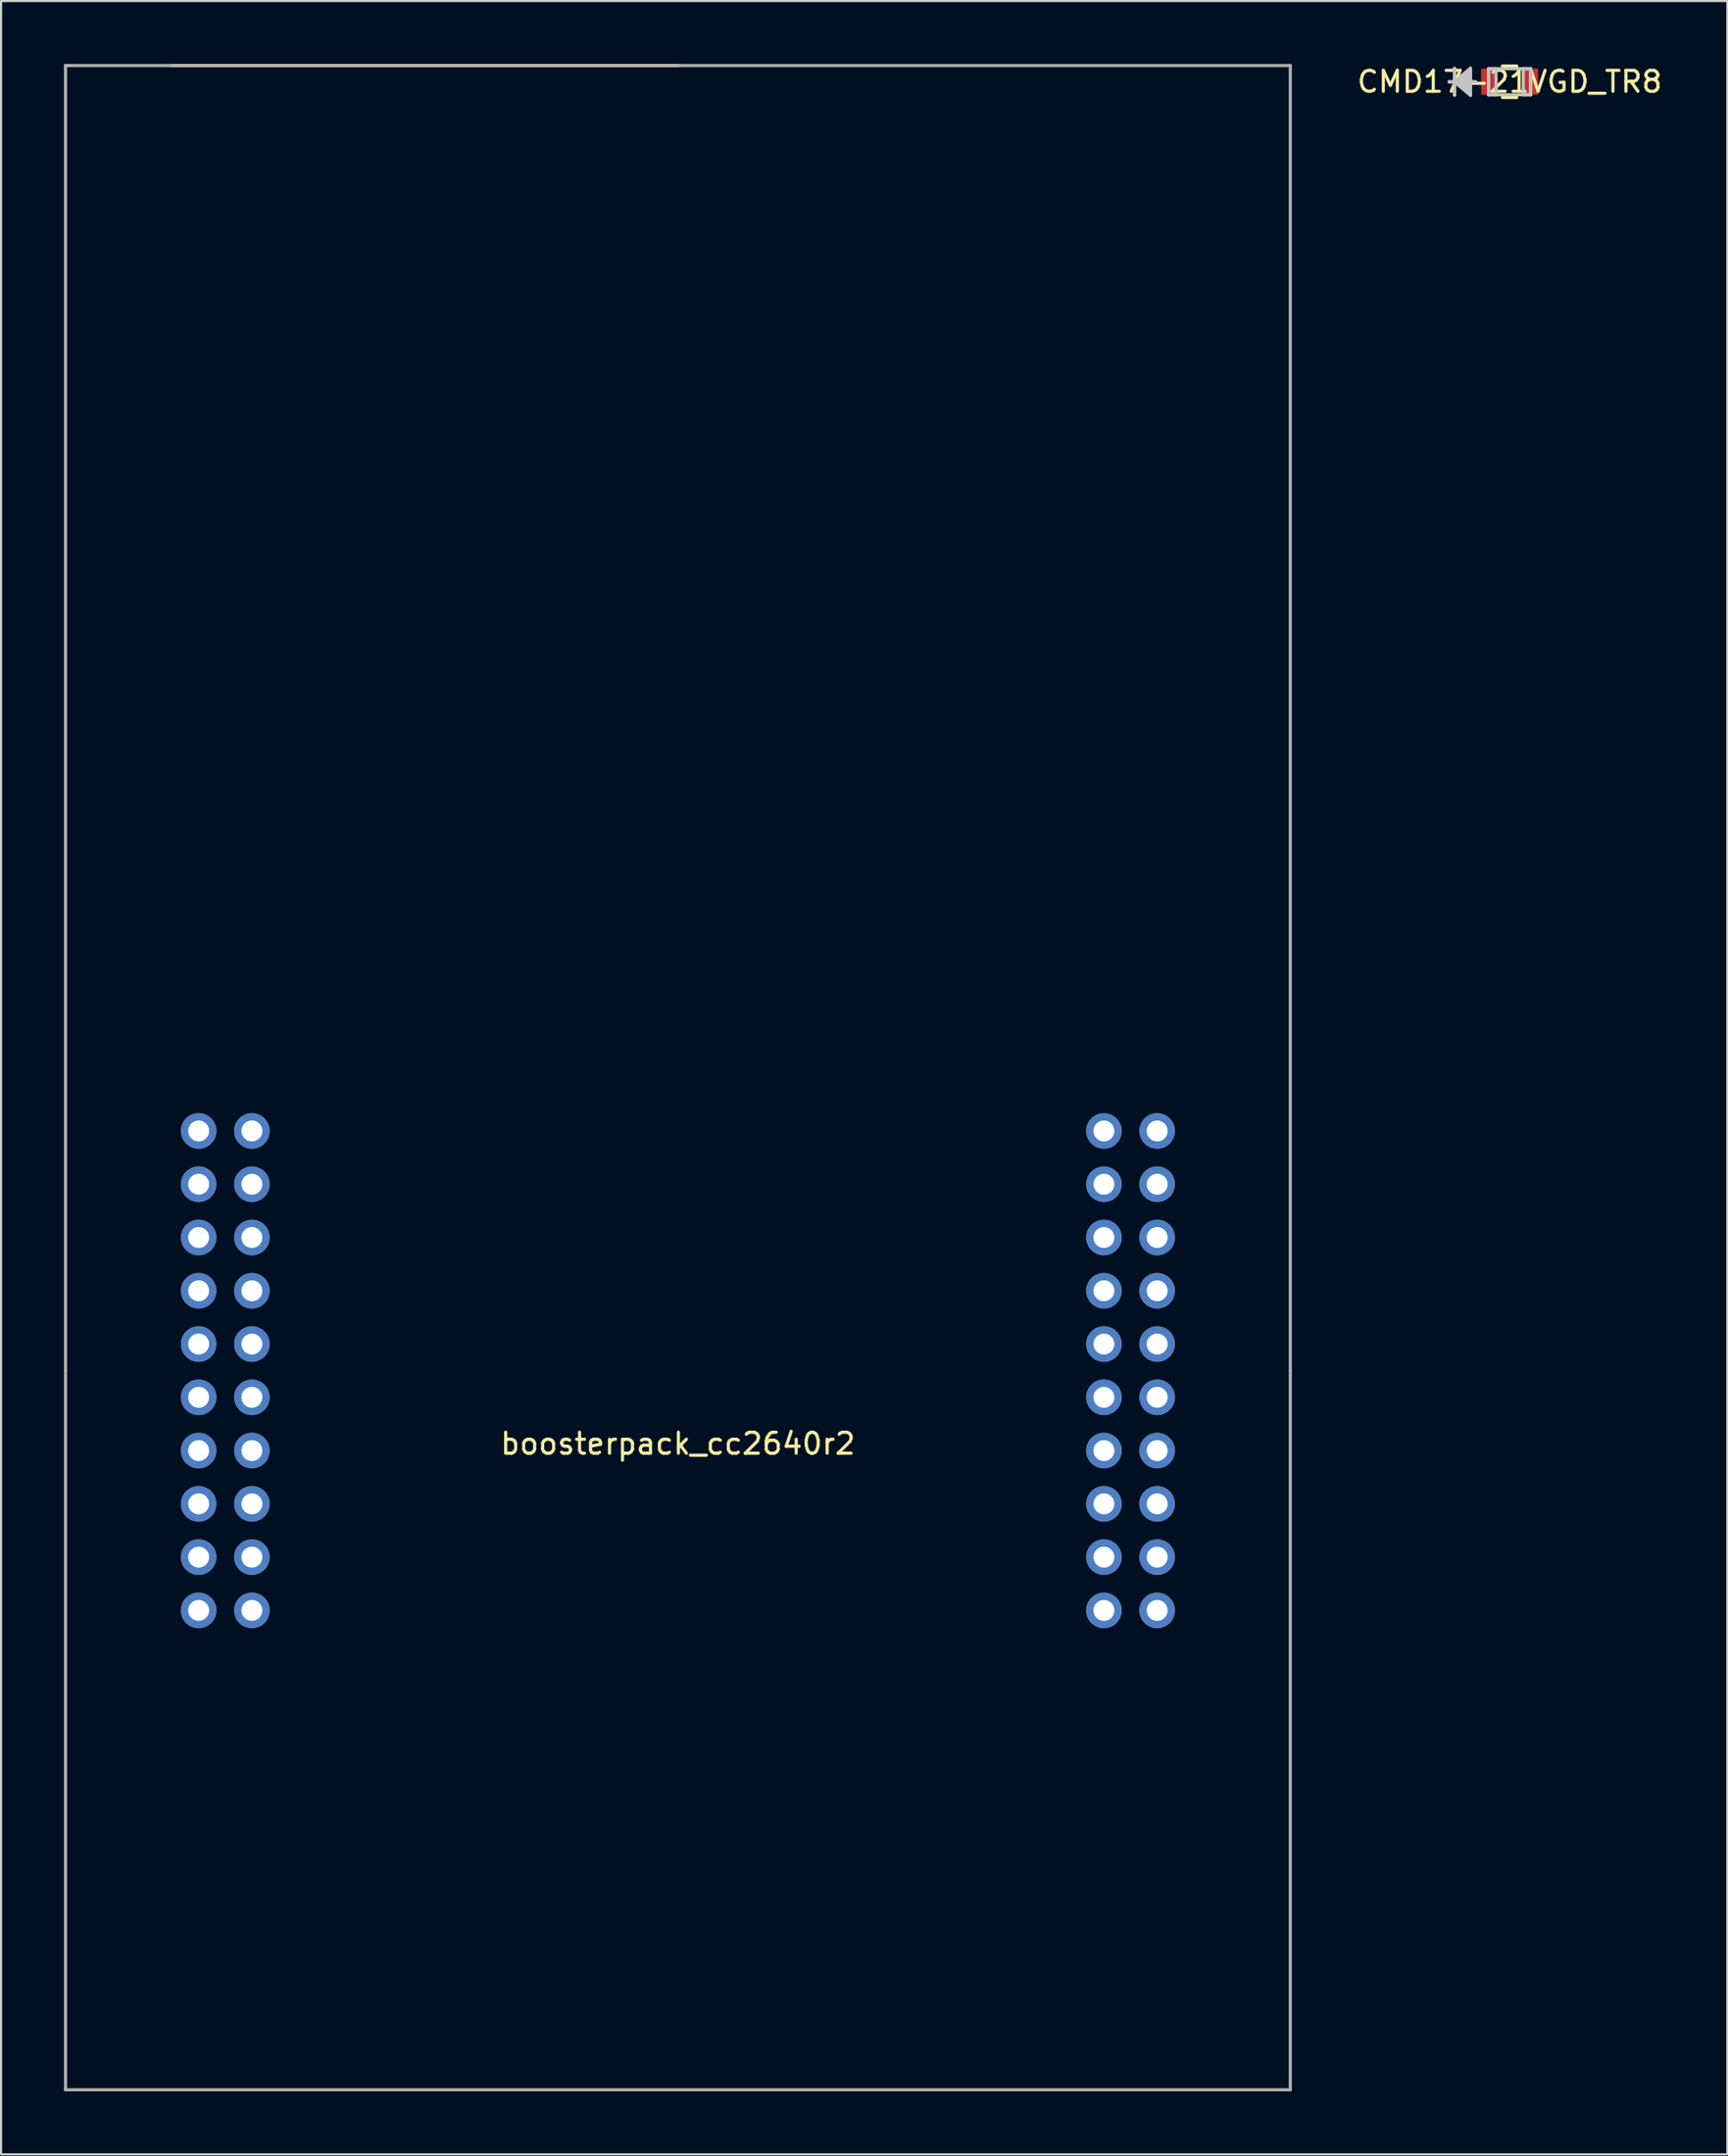
<source format=kicad_pcb>
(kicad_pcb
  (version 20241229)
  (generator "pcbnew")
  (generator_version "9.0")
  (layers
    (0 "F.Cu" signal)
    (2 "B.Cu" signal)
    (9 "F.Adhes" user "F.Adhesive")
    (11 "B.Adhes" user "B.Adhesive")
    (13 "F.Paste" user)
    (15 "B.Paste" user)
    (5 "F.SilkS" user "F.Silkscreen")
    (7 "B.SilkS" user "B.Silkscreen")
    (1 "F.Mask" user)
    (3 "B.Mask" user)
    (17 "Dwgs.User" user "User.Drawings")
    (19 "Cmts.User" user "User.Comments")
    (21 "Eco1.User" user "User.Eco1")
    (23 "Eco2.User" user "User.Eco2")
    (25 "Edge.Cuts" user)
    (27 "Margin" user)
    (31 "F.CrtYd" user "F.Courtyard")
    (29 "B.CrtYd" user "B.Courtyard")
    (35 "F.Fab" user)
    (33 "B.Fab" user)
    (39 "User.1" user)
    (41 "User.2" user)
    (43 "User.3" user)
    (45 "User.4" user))
  (footprint "boosterpack_cc2640r2"
    (layer "F.Cu")
    (at 29.285 62.305)
    (property "Reference" "boosterpack_cc2640r2" (at 0 3.48 0) (layer "F.SilkS") (effects (font (size 1 1) (thickness 0.15))))
    (attr through_hole)
    (fp_line (start -24.13 -62.23) (end 0 -62.23) (stroke (width 0.15) (type solid)) (layer "F.SilkS"))
    (fp_line (start -29.21 -62.23) (end -29.21 0) (stroke (width 0.15) (type solid)) (layer "F.Fab"))
    (fp_line (start -29.21 0) (end -29.21 34.29) (stroke (width 0.15) (type solid)) (layer "F.Fab"))
    (fp_line (start -29.21 34.29) (end 29.21 34.29) (stroke (width 0.15) (type solid)) (layer "F.Fab"))
    (fp_line (start 0 -62.23) (end -29.21 -62.23) (stroke (width 0.15) (type solid)) (layer "F.Fab"))
    (fp_line (start 29.21 -62.23) (end 0 -62.23) (stroke (width 0.15) (type solid)) (layer "F.Fab"))
    (fp_line (start 29.21 0) (end 29.21 -62.23) (stroke (width 0.15) (type solid)) (layer "F.Fab"))
    (fp_line (start 29.21 34.29) (end 29.21 0) (stroke (width 0.15) (type solid)) (layer "F.Fab"))
    (pad "1" thru_hole circle (at -22.86 -11.43) (size 1.7 1.7) (drill 1) (layers "*.Cu" "*.Mask"))
    (pad "2" thru_hole circle (at -20.32 -11.43) (size 1.7 1.7) (drill 1) (layers "*.Cu" "*.Mask"))
    (pad "3" thru_hole circle (at -22.86 -8.89) (size 1.7 1.7) (drill 1) (layers "*.Cu" "*.Mask"))
    (pad "4" thru_hole circle (at -20.32 -8.89) (size 1.7 1.7) (drill 1) (layers "*.Cu" "*.Mask"))
    (pad "5" thru_hole circle (at -22.86 -6.35) (size 1.7 1.7) (drill 1) (layers "*.Cu" "*.Mask"))
    (pad "6" thru_hole circle (at -20.32 -6.35) (size 1.7 1.7) (drill 1) (layers "*.Cu" "*.Mask"))
    (pad "7" thru_hole circle (at -22.86 -3.81) (size 1.7 1.7) (drill 1) (layers "*.Cu" "*.Mask"))
    (pad "8" thru_hole circle (at -20.32 -3.81) (size 1.7 1.7) (drill 1) (layers "*.Cu" "*.Mask"))
    (pad "9" thru_hole circle (at -22.86 -1.27) (size 1.7 1.7) (drill 1) (layers "*.Cu" "*.Mask"))
    (pad "10" thru_hole circle (at -20.32 -1.27) (size 1.7 1.7) (drill 1) (layers "*.Cu" "*.Mask"))
    (pad "11" thru_hole circle (at -22.86 1.27) (size 1.7 1.7) (drill 1) (layers "*.Cu" "*.Mask"))
    (pad "12" thru_hole circle (at -20.32 1.27) (size 1.7 1.7) (drill 1) (layers "*.Cu" "*.Mask"))
    (pad "13" thru_hole circle (at -22.86 3.81) (size 1.7 1.7) (drill 1) (layers "*.Cu" "*.Mask"))
    (pad "14" thru_hole circle (at -20.32 3.81) (size 1.7 1.7) (drill 1) (layers "*.Cu" "*.Mask"))
    (pad "15" thru_hole circle (at -22.86 6.35) (size 1.7 1.7) (drill 1) (layers "*.Cu" "*.Mask"))
    (pad "16" thru_hole circle (at -20.32 6.35) (size 1.7 1.7) (drill 1) (layers "*.Cu" "*.Mask"))
    (pad "17" thru_hole circle (at -22.86 8.89) (size 1.7 1.7) (drill 1) (layers "*.Cu" "*.Mask"))
    (pad "18" thru_hole circle (at -20.32 8.89) (size 1.7 1.7) (drill 1) (layers "*.Cu" "*.Mask"))
    (pad "19" thru_hole circle (at -22.86 11.43) (size 1.7 1.7) (drill 1) (layers "*.Cu" "*.Mask"))
    (pad "20" thru_hole circle (at -20.32 11.43) (size 1.7 1.7) (drill 1) (layers "*.Cu" "*.Mask"))
    (pad "21" thru_hole circle (at 20.32 -11.43) (size 1.7 1.7) (drill 1) (layers "*.Cu" "*.Mask"))
    (pad "22" thru_hole circle (at 22.86 -11.43) (size 1.7 1.7) (drill 1) (layers "*.Cu" "*.Mask"))
    (pad "23" thru_hole circle (at 20.32 -8.89) (size 1.7 1.7) (drill 1) (layers "*.Cu" "*.Mask"))
    (pad "24" thru_hole circle (at 22.86 -8.89) (size 1.7 1.7) (drill 1) (layers "*.Cu" "*.Mask"))
    (pad "25" thru_hole circle (at 20.32 -6.35) (size 1.7 1.7) (drill 1) (layers "*.Cu" "*.Mask"))
    (pad "26" thru_hole circle (at 22.86 -6.35) (size 1.7 1.7) (drill 1) (layers "*.Cu" "*.Mask"))
    (pad "27" thru_hole circle (at 20.32 -3.81) (size 1.7 1.7) (drill 1) (layers "*.Cu" "*.Mask"))
    (pad "28" thru_hole circle (at 22.86 -3.81) (size 1.7 1.7) (drill 1) (layers "*.Cu" "*.Mask"))
    (pad "29" thru_hole circle (at 20.32 -1.27) (size 1.7 1.7) (drill 1) (layers "*.Cu" "*.Mask"))
    (pad "30" thru_hole circle (at 22.86 -1.27) (size 1.7 1.7) (drill 1) (layers "*.Cu" "*.Mask"))
    (pad "31" thru_hole circle (at 20.32 1.27) (size 1.7 1.7) (drill 1) (layers "*.Cu" "*.Mask"))
    (pad "32" thru_hole circle (at 22.86 1.27) (size 1.7 1.7) (drill 1) (layers "*.Cu" "*.Mask"))
    (pad "33" thru_hole circle (at 20.32 3.81) (size 1.7 1.7) (drill 1) (layers "*.Cu" "*.Mask"))
    (pad "34" thru_hole circle (at 22.86 3.81) (size 1.7 1.7) (drill 1) (layers "*.Cu" "*.Mask"))
    (pad "35" thru_hole circle (at 20.32 6.35) (size 1.7 1.7) (drill 1) (layers "*.Cu" "*.Mask"))
    (pad "36" thru_hole circle (at 22.86 6.35) (size 1.7 1.7) (drill 1) (layers "*.Cu" "*.Mask"))
    (pad "37" thru_hole circle (at 20.32 8.89) (size 1.7 1.7) (drill 1) (layers "*.Cu" "*.Mask"))
    (pad "38" thru_hole circle (at 22.86 8.89) (size 1.7 1.7) (drill 1) (layers "*.Cu" "*.Mask"))
    (pad "39" thru_hole circle (at 20.32 11.43) (size 1.7 1.7) (drill 1) (layers "*.Cu" "*.Mask"))
    (pad "40" thru_hole circle (at 22.86 11.43) (size 1.7 1.7) (drill 1) (layers "*.Cu" "*.Mask")))
  (footprint "CMD17-21VGD_TR8"
    (layer "F.Cu")
    (at 68.957 0.848)
    (property "Reference" "CMD17-21VGD_TR8" (at 0 0 0) (layer "F.SilkS") (effects (font (size 1 1) (thickness 0.15))))
    (attr through_hole)
    (fp_line (start -2.629 -0.635) (end -2.629 0.635) (stroke (width 0.152) (type solid)) (layer "F.SilkS"))
    (fp_line (start -2.629 0) (end -1.867 -0.635) (stroke (width 0.152) (type solid)) (layer "F.SilkS"))
    (fp_line (start -2.629 0) (end -1.867 -0.508) (stroke (width 0.152) (type solid)) (layer "F.SilkS"))
    (fp_line (start -2.629 0) (end -1.867 -0.381) (stroke (width 0.152) (type solid)) (layer "F.SilkS"))
    (fp_line (start -2.629 0) (end -1.867 -0.254) (stroke (width 0.152) (type solid)) (layer "F.SilkS"))
    (fp_line (start -2.629 0) (end -1.867 -0.127) (stroke (width 0.152) (type solid)) (layer "F.SilkS"))
    (fp_line (start -2.629 0) (end -1.867 0.127) (stroke (width 0.152) (type solid)) (layer "F.SilkS"))
    (fp_line (start -2.629 0) (end -1.867 0.254) (stroke (width 0.152) (type solid)) (layer "F.SilkS"))
    (fp_line (start -2.629 0) (end -1.867 0.381) (stroke (width 0.152) (type solid)) (layer "F.SilkS"))
    (fp_line (start -2.629 0) (end -1.867 0.508) (stroke (width 0.152) (type solid)) (layer "F.SilkS"))
    (fp_line (start -2.629 0) (end -1.867 0.635) (stroke (width 0.152) (type solid)) (layer "F.SilkS"))
    (fp_line (start -1.867 -0.635) (end -1.867 0.635) (stroke (width 0.152) (type solid)) (layer "F.SilkS"))
    (fp_line (start -1.692 0) (end -2.883 0) (stroke (width 0.152) (type solid)) (layer "F.SilkS"))
    (fp_line (start -0.34 0.749) (end 0.34 0.749) (stroke (width 0.152) (type solid)) (layer "F.SilkS"))
    (fp_line (start 0.34 -0.749) (end -0.34 -0.749) (stroke (width 0.152) (type solid)) (layer "F.SilkS"))
    (fp_line (start -2.629 -0.635) (end -2.629 0.635) (stroke (width 0.152) (type solid)) (layer "Dwgs.User"))
    (fp_line (start -2.629 0) (end -1.867 -0.635) (stroke (width 0.152) (type solid)) (layer "Dwgs.User"))
    (fp_line (start -2.629 0) (end -1.867 -0.508) (stroke (width 0.152) (type solid)) (layer "Dwgs.User"))
    (fp_line (start -2.629 0) (end -1.867 -0.381) (stroke (width 0.152) (type solid)) (layer "Dwgs.User"))
    (fp_line (start -2.629 0) (end -1.867 -0.254) (stroke (width 0.152) (type solid)) (layer "Dwgs.User"))
    (fp_line (start -2.629 0) (end -1.867 -0.127) (stroke (width 0.152) (type solid)) (layer "Dwgs.User"))
    (fp_line (start -2.629 0) (end -1.867 0.127) (stroke (width 0.152) (type solid)) (layer "Dwgs.User"))
    (fp_line (start -2.629 0) (end -1.867 0.254) (stroke (width 0.152) (type solid)) (layer "Dwgs.User"))
    (fp_line (start -2.629 0) (end -1.867 0.381) (stroke (width 0.152) (type solid)) (layer "Dwgs.User"))
    (fp_line (start -2.629 0) (end -1.867 0.508) (stroke (width 0.152) (type solid)) (layer "Dwgs.User"))
    (fp_line (start -2.629 0) (end -1.867 0.635) (stroke (width 0.152) (type solid)) (layer "Dwgs.User"))
    (fp_line (start -1.867 -0.635) (end -1.867 0.635) (stroke (width 0.152) (type solid)) (layer "Dwgs.User"))
    (fp_line (start -1.613 0) (end -2.883 0) (stroke (width 0.152) (type solid)) (layer "Dwgs.User"))
    (fp_line (start -1.003 -0.622) (end -1.003 0.622) (stroke (width 0.152) (type solid)) (layer "Dwgs.User"))
    (fp_line (start -1.003 -0.622) (end -1.003 0.622) (stroke (width 0.152) (type solid)) (layer "Dwgs.User"))
    (fp_line (start -1.003 0.622) (end -0.648 0.622) (stroke (width 0.152) (type solid)) (layer "Dwgs.User"))
    (fp_line (start -1.003 0.622) (end 1.003 0.622) (stroke (width 0.152) (type solid)) (layer "Dwgs.User"))
    (fp_line (start -0.648 -0.622) (end -1.003 -0.622) (stroke (width 0.152) (type solid)) (layer "Dwgs.User"))
    (fp_line (start -0.648 0.622) (end -0.648 -0.622) (stroke (width 0.152) (type solid)) (layer "Dwgs.User"))
    (fp_line (start 0.648 -0.622) (end 0.648 0.622) (stroke (width 0.152) (type solid)) (layer "Dwgs.User"))
    (fp_line (start 0.648 0.622) (end 1.003 0.622) (stroke (width 0.152) (type solid)) (layer "Dwgs.User"))
    (fp_line (start 1.003 -0.622) (end -1.003 -0.622) (stroke (width 0.152) (type solid)) (layer "Dwgs.User"))
    (fp_line (start 1.003 -0.622) (end 0.648 -0.622) (stroke (width 0.152) (type solid)) (layer "Dwgs.User"))
    (fp_line (start 1.003 0.622) (end 1.003 -0.622) (stroke (width 0.152) (type solid)) (layer "Dwgs.User"))
    (fp_line (start 1.003 0.622) (end 1.003 -0.622) (stroke (width 0.152) (type solid)) (layer "Dwgs.User"))
    (fp_text user "Copyright 2016 Accelerated Designs. All rights reserved." (at 0 0 0) (layer "Cmts.User") (effects (font (size 0.127 0.127) (thickness 0.002))))
    (pad "1" smd rect (at -1.003 0) (size 0.711 1.245) (layers "F.Cu" "F.Mask" "F.Paste"))
    (pad "2" smd rect (at 1.003 0) (size 0.711 1.245) (layers "F.Cu" "F.Mask" "F.Paste")))
  (gr_rect
    (start -3 -3)
    (end 79.344 99.67)
    (stroke (width 0.1) (type default))
    (fill no)
    (layer "Edge.Cuts")))
</source>
